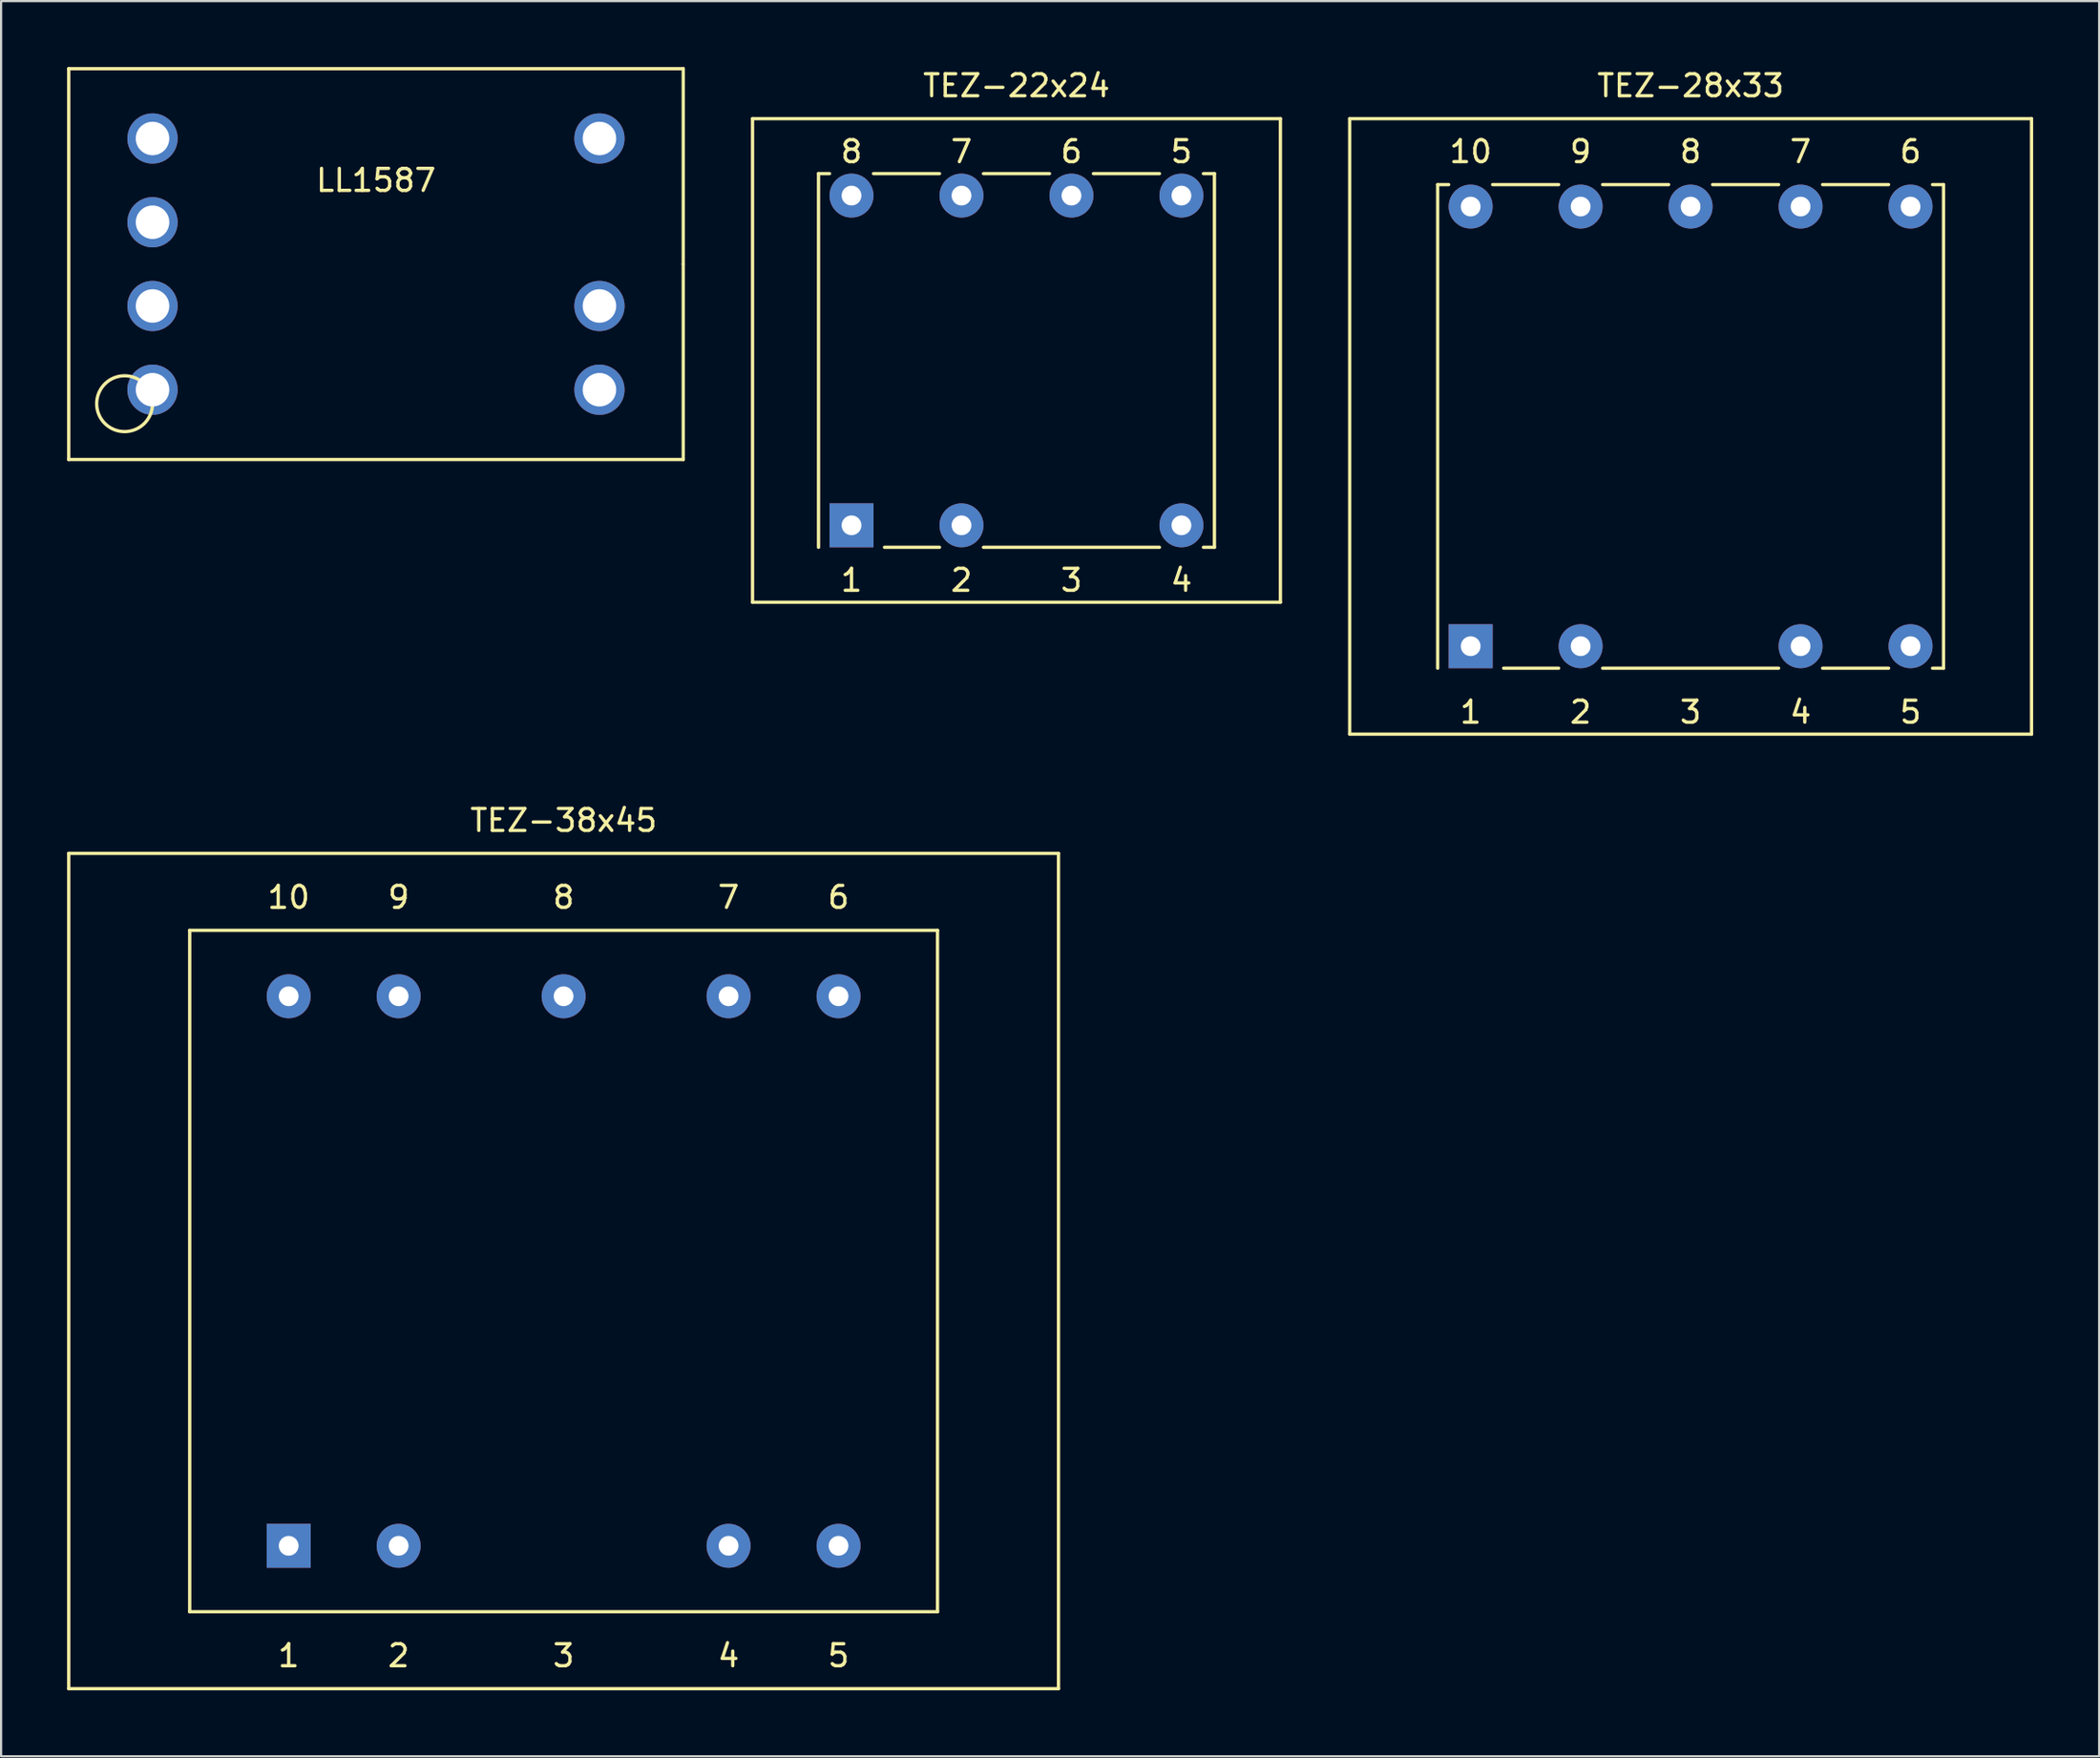
<source format=kicad_pcb>
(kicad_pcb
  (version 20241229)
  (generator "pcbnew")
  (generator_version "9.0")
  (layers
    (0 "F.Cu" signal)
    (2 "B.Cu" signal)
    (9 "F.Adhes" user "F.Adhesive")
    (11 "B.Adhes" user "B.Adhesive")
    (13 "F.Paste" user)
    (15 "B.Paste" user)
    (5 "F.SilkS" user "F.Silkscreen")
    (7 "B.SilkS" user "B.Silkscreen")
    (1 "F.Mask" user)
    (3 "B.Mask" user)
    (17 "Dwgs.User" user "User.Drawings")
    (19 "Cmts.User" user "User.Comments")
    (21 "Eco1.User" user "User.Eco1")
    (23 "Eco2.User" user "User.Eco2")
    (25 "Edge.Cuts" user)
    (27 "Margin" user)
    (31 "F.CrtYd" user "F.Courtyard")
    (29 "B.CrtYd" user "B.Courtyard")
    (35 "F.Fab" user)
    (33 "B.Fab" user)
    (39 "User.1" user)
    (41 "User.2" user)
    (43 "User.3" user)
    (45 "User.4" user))
  (footprint "LL1587"
    (layer "F.Cu")
    (at 14.045 8.965)
    (property "Reference" "LL1587" (at 0 -3.81 0) (layer "F.SilkS") (effects (font (size 1 1) (thickness 0.15))))
    (attr through_hole)
    (fp_line (start -13.97 -8.89) (end -13.97 8.89) (stroke (width 0.15) (type solid)) (layer "F.SilkS"))
    (fp_line (start -13.97 8.89) (end 13.97 8.89) (stroke (width 0.15) (type solid)) (layer "F.SilkS"))
    (fp_line (start 13.97 -8.89) (end -13.97 -8.89) (stroke (width 0.15) (type solid)) (layer "F.SilkS"))
    (fp_line (start 13.97 0) (end 13.97 -8.89) (stroke (width 0.15) (type solid)) (layer "F.SilkS"))
    (fp_line (start 13.97 8.89) (end 13.97 0) (stroke (width 0.15) (type solid)) (layer "F.SilkS"))
    (fp_circle (center -11.43 6.35) (end -11.43 5.08) (stroke (width 0.15) (type solid)) (fill no) (layer "F.SilkS"))
    (pad "1" thru_hole circle (at -10.16 5.715) (size 2.286 2.286) (drill 1.524) (layers "*.Cu" "*.Mask"))
    (pad "2" thru_hole circle (at -10.16 1.905) (size 2.286 2.286) (drill 1.524) (layers "*.Cu" "*.Mask"))
    (pad "3" thru_hole circle (at -10.16 -1.905) (size 2.286 2.286) (drill 1.524) (layers "*.Cu" "*.Mask"))
    (pad "4" thru_hole circle (at -10.16 -5.715) (size 2.286 2.286) (drill 1.524) (layers "*.Cu" "*.Mask"))
    (pad "5" thru_hole circle (at 10.16 5.715) (size 2.286 2.286) (drill 1.524) (layers "*.Cu" "*.Mask"))
    (pad "6" thru_hole circle (at 10.16 1.905) (size 2.286 2.286) (drill 1.524) (layers "*.Cu" "*.Mask"))
    (pad "8" thru_hole circle (at 10.16 -5.715) (size 2.286 2.286) (drill 1.524) (layers "*.Cu" "*.Mask")))
  (footprint "TEZ-28x33"
    (layer "F.Cu")
    (at 73.815 16.348)
    (property "Reference" "TEZ-28x33" (at 0 -15.5 0) (layer "F.SilkS") (effects (font (size 1 1) (thickness 0.15))))
    (attr through_hole)
    (fp_line (start -15.5 -14) (end 15.5 -14) (stroke (width 0.15) (type solid)) (layer "F.SilkS"))
    (fp_line (start -15.5 14) (end -15.5 -14) (stroke (width 0.15) (type solid)) (layer "F.SilkS"))
    (fp_line (start -11.5 -11) (end -11.5 11) (stroke (width 0.15) (type solid)) (layer "F.SilkS"))
    (fp_line (start -11 -11) (end -11.5 -11) (stroke (width 0.15) (type solid)) (layer "F.SilkS"))
    (fp_line (start -8.5 11) (end -6 11) (stroke (width 0.15) (type solid)) (layer "F.SilkS"))
    (fp_line (start -6 -11) (end -9 -11) (stroke (width 0.15) (type solid)) (layer "F.SilkS"))
    (fp_line (start -4 11) (end 4 11) (stroke (width 0.15) (type solid)) (layer "F.SilkS"))
    (fp_line (start -1 -11) (end -4 -11) (stroke (width 0.15) (type solid)) (layer "F.SilkS"))
    (fp_line (start 4 -11) (end 1 -11) (stroke (width 0.15) (type solid)) (layer "F.SilkS"))
    (fp_line (start 6 11) (end 9 11) (stroke (width 0.15) (type solid)) (layer "F.SilkS"))
    (fp_line (start 9 -11) (end 6 -11) (stroke (width 0.15) (type solid)) (layer "F.SilkS"))
    (fp_line (start 11 11) (end 11.5 11) (stroke (width 0.15) (type solid)) (layer "F.SilkS"))
    (fp_line (start 11.5 -11) (end 11 -11) (stroke (width 0.15) (type solid)) (layer "F.SilkS"))
    (fp_line (start 11.5 11) (end 11.5 -11) (stroke (width 0.15) (type solid)) (layer "F.SilkS"))
    (fp_line (start 15.5 -14) (end 15.5 14) (stroke (width 0.15) (type solid)) (layer "F.SilkS"))
    (fp_line (start 15.5 14) (end -15.5 14) (stroke (width 0.15) (type solid)) (layer "F.SilkS"))
    (fp_text user "1" (at -10 13 0) (layer "F.SilkS") (effects (font (size 1 1) (thickness 0.15))))
    (fp_text user "7" (at 5 -12.5 0) (layer "F.SilkS") (effects (font (size 1 1) (thickness 0.15))))
    (fp_text user "4" (at 5 13 0) (layer "F.SilkS") (effects (font (size 1 1) (thickness 0.15))))
    (fp_text user "5" (at 10 13 0) (layer "F.SilkS") (effects (font (size 1 1) (thickness 0.15))))
    (fp_text user "9" (at -5 -12.5 0) (layer "F.SilkS") (effects (font (size 1 1) (thickness 0.15))))
    (fp_text user "2" (at -5 13 0) (layer "F.SilkS") (effects (font (size 1 1) (thickness 0.15))))
    (fp_text user "6" (at 10 -12.5 0) (layer "F.SilkS") (effects (font (size 1 1) (thickness 0.15))))
    (fp_text user "10" (at -10 -12.5 0) (layer "F.SilkS") (effects (font (size 1 1) (thickness 0.15))))
    (fp_text user "8" (at 0 -12.5 0) (layer "F.SilkS") (effects (font (size 1 1) (thickness 0.15))))
    (fp_text user "3" (at 0 13 0) (layer "F.SilkS") (effects (font (size 1 1) (thickness 0.15))))
    (pad "1" thru_hole rect (at -10 10) (size 2 2) (drill 0.9) (layers "*.Cu" "*.Mask"))
    (pad "2" thru_hole circle (at -5 10) (size 2 2) (drill 0.9) (layers "*.Cu" "*.Mask"))
    (pad "4" thru_hole circle (at 5 10) (size 2 2) (drill 0.9) (layers "*.Cu" "*.Mask"))
    (pad "5" thru_hole circle (at 10 10) (size 2 2) (drill 0.9) (layers "*.Cu" "*.Mask"))
    (pad "6" thru_hole circle (at 10 -10) (size 2 2) (drill 0.9) (layers "*.Cu" "*.Mask"))
    (pad "7" thru_hole circle (at 5 -10) (size 2 2) (drill 0.9) (layers "*.Cu" "*.Mask"))
    (pad "8" thru_hole circle (at 0 -10) (size 2 2) (drill 0.9) (layers "*.Cu" "*.Mask"))
    (pad "9" thru_hole circle (at -5 -10) (size 2 2) (drill 0.9) (layers "*.Cu" "*.Mask"))
    (pad "10" thru_hole circle (at -10 -10) (size 2 2) (drill 0.9) (layers "*.Cu" "*.Mask")))
  (footprint "TEZ-22x24"
    (layer "F.Cu")
    (at 43.165 13.348)
    (property "Reference" "TEZ-22x24" (at 0 -12.5 0) (layer "F.SilkS") (effects (font (size 1 1) (thickness 0.15))))
    (attr through_hole)
    (fp_line (start -12 -11) (end 12 -11) (stroke (width 0.15) (type solid)) (layer "F.SilkS"))
    (fp_line (start -12 11) (end -12 -11) (stroke (width 0.15) (type solid)) (layer "F.SilkS"))
    (fp_line (start -9 8.5) (end -9 -8.5) (stroke (width 0.15) (type solid)) (layer "F.SilkS"))
    (fp_line (start -8.5 -8.5) (end -9 -8.5) (stroke (width 0.15) (type solid)) (layer "F.SilkS"))
    (fp_line (start -6.5 -8.5) (end -3.5 -8.5) (stroke (width 0.15) (type solid)) (layer "F.SilkS"))
    (fp_line (start -3.5 8.5) (end -6 8.5) (stroke (width 0.15) (type solid)) (layer "F.SilkS"))
    (fp_line (start -1.5 -8.5) (end 1.5 -8.5) (stroke (width 0.15) (type solid)) (layer "F.SilkS"))
    (fp_line (start -1.5 8.5) (end 6.5 8.5) (stroke (width 0.15) (type solid)) (layer "F.SilkS"))
    (fp_line (start 3.5 -8.5) (end 6.5 -8.5) (stroke (width 0.15) (type solid)) (layer "F.SilkS"))
    (fp_line (start 8.5 -8.5) (end 9 -8.5) (stroke (width 0.15) (type solid)) (layer "F.SilkS"))
    (fp_line (start 8.5 8.5) (end 9 8.5) (stroke (width 0.15) (type solid)) (layer "F.SilkS"))
    (fp_line (start 9 8.5) (end 9 -8.5) (stroke (width 0.15) (type solid)) (layer "F.SilkS"))
    (fp_line (start 12 -11) (end 12 11) (stroke (width 0.15) (type solid)) (layer "F.SilkS"))
    (fp_line (start 12 11) (end -12 11) (stroke (width 0.15) (type solid)) (layer "F.SilkS"))
    (fp_text user "2" (at -2.5 10 0) (layer "F.SilkS") (effects (font (size 1 1) (thickness 0.15))))
    (fp_text user "7" (at -2.5 -9.5 0) (layer "F.SilkS") (effects (font (size 1 1) (thickness 0.15))))
    (fp_text user "8" (at -7.5 -9.5 0) (layer "F.SilkS") (effects (font (size 1 1) (thickness 0.15))))
    (fp_text user "5" (at 7.5 -9.5 0) (layer "F.SilkS") (effects (font (size 1 1) (thickness 0.15))))
    (fp_text user "3" (at 2.5 10 0) (layer "F.SilkS") (effects (font (size 1 1) (thickness 0.15))))
    (fp_text user "4" (at 7.5 10 0) (layer "F.SilkS") (effects (font (size 1 1) (thickness 0.15))))
    (fp_text user "1" (at -7.5 10 0) (layer "F.SilkS") (effects (font (size 1 1) (thickness 0.15))))
    (fp_text user "6" (at 2.5 -9.5 0) (layer "F.SilkS") (effects (font (size 1 1) (thickness 0.15))))
    (pad "1" thru_hole rect (at -7.5 7.5) (size 2 2) (drill 0.9) (layers "*.Cu" "*.Mask"))
    (pad "2" thru_hole circle (at -2.5 7.5) (size 2 2) (drill 0.9) (layers "*.Cu" "*.Mask"))
    (pad "4" thru_hole circle (at 7.5 7.5) (size 2 2) (drill 0.9) (layers "*.Cu" "*.Mask"))
    (pad "5" thru_hole circle (at 7.5 -7.5) (size 2 2) (drill 0.9) (layers "*.Cu" "*.Mask"))
    (pad "6" thru_hole circle (at 2.5 -7.5) (size 2 2) (drill 0.9) (layers "*.Cu" "*.Mask"))
    (pad "7" thru_hole circle (at -2.5 -7.5) (size 2 2) (drill 0.9) (layers "*.Cu" "*.Mask"))
    (pad "8" thru_hole circle (at -7.5 -7.5) (size 2 2) (drill 0.9) (layers "*.Cu" "*.Mask")))
  (footprint "TEZ-38x45"
    (layer "F.Cu")
    (at 22.575 54.772)
    (property "Reference" "TEZ-38x45" (at 0 -20.5 0) (layer "F.SilkS") (effects (font (size 1 1) (thickness 0.15))))
    (attr through_hole)
    (fp_line (start -22.5 -19) (end 22.5 -19) (stroke (width 0.15) (type solid)) (layer "F.SilkS"))
    (fp_line (start -22.5 19) (end -22.5 -19) (stroke (width 0.15) (type solid)) (layer "F.SilkS"))
    (fp_line (start -17 -15.5) (end 17 -15.5) (stroke (width 0.15) (type solid)) (layer "F.SilkS"))
    (fp_line (start -17 15.5) (end -17 -15.5) (stroke (width 0.15) (type solid)) (layer "F.SilkS"))
    (fp_line (start 17 -15.5) (end 17 15.5) (stroke (width 0.15) (type solid)) (layer "F.SilkS"))
    (fp_line (start 17 15.5) (end -17 15.5) (stroke (width 0.15) (type solid)) (layer "F.SilkS"))
    (fp_line (start 22.5 -19) (end 22.5 19) (stroke (width 0.15) (type solid)) (layer "F.SilkS"))
    (fp_line (start 22.5 19) (end -22.5 19) (stroke (width 0.15) (type solid)) (layer "F.SilkS"))
    (fp_text user "4" (at 7.5 17.5 0) (layer "F.SilkS") (effects (font (size 1 1) (thickness 0.15))))
    (fp_text user "1" (at -12.5 17.5 0) (layer "F.SilkS") (effects (font (size 1 1) (thickness 0.15))))
    (fp_text user "9" (at -7.5 -17 0) (layer "F.SilkS") (effects (font (size 1 1) (thickness 0.15))))
    (fp_text user "8" (at 0 -17 0) (layer "F.SilkS") (effects (font (size 1 1) (thickness 0.15))))
    (fp_text user "2" (at -7.5 17.5 0) (layer "F.SilkS") (effects (font (size 1 1) (thickness 0.15))))
    (fp_text user "6" (at 12.5 -17 0) (layer "F.SilkS") (effects (font (size 1 1) (thickness 0.15))))
    (fp_text user "3" (at 0 17.5 0) (layer "F.SilkS") (effects (font (size 1 1) (thickness 0.15))))
    (fp_text user "5" (at 12.5 17.5 0) (layer "F.SilkS") (effects (font (size 1 1) (thickness 0.15))))
    (fp_text user "7" (at 7.5 -17 0) (layer "F.SilkS") (effects (font (size 1 1) (thickness 0.15))))
    (fp_text user "10" (at -12.5 -17 0) (layer "F.SilkS") (effects (font (size 1 1) (thickness 0.15))))
    (pad "1" thru_hole rect (at -12.5 12.5) (size 2 2) (drill 0.9) (layers "*.Cu" "*.Mask"))
    (pad "2" thru_hole circle (at -7.5 12.5) (size 2 2) (drill 0.9) (layers "*.Cu" "*.Mask"))
    (pad "4" thru_hole circle (at 7.5 12.5) (size 2 2) (drill 0.9) (layers "*.Cu" "*.Mask"))
    (pad "5" thru_hole circle (at 12.5 12.5) (size 2 2) (drill 0.9) (layers "*.Cu" "*.Mask"))
    (pad "6" thru_hole circle (at 12.5 -12.5) (size 2 2) (drill 0.9) (layers "*.Cu" "*.Mask"))
    (pad "7" thru_hole circle (at 7.5 -12.5) (size 2 2) (drill 0.9) (layers "*.Cu" "*.Mask"))
    (pad "8" thru_hole circle (at 0 -12.5) (size 2 2) (drill 0.9) (layers "*.Cu" "*.Mask"))
    (pad "9" thru_hole circle (at -7.5 -12.5) (size 2 2) (drill 0.9) (layers "*.Cu" "*.Mask"))
    (pad "10" thru_hole circle (at -12.5 -12.5) (size 2 2) (drill 0.9) (layers "*.Cu" "*.Mask")))
  (gr_rect
    (start -3 -3)
    (end 92.39 76.847)
    (stroke (width 0.1) (type default))
    (fill no)
    (layer "Edge.Cuts")))
</source>
